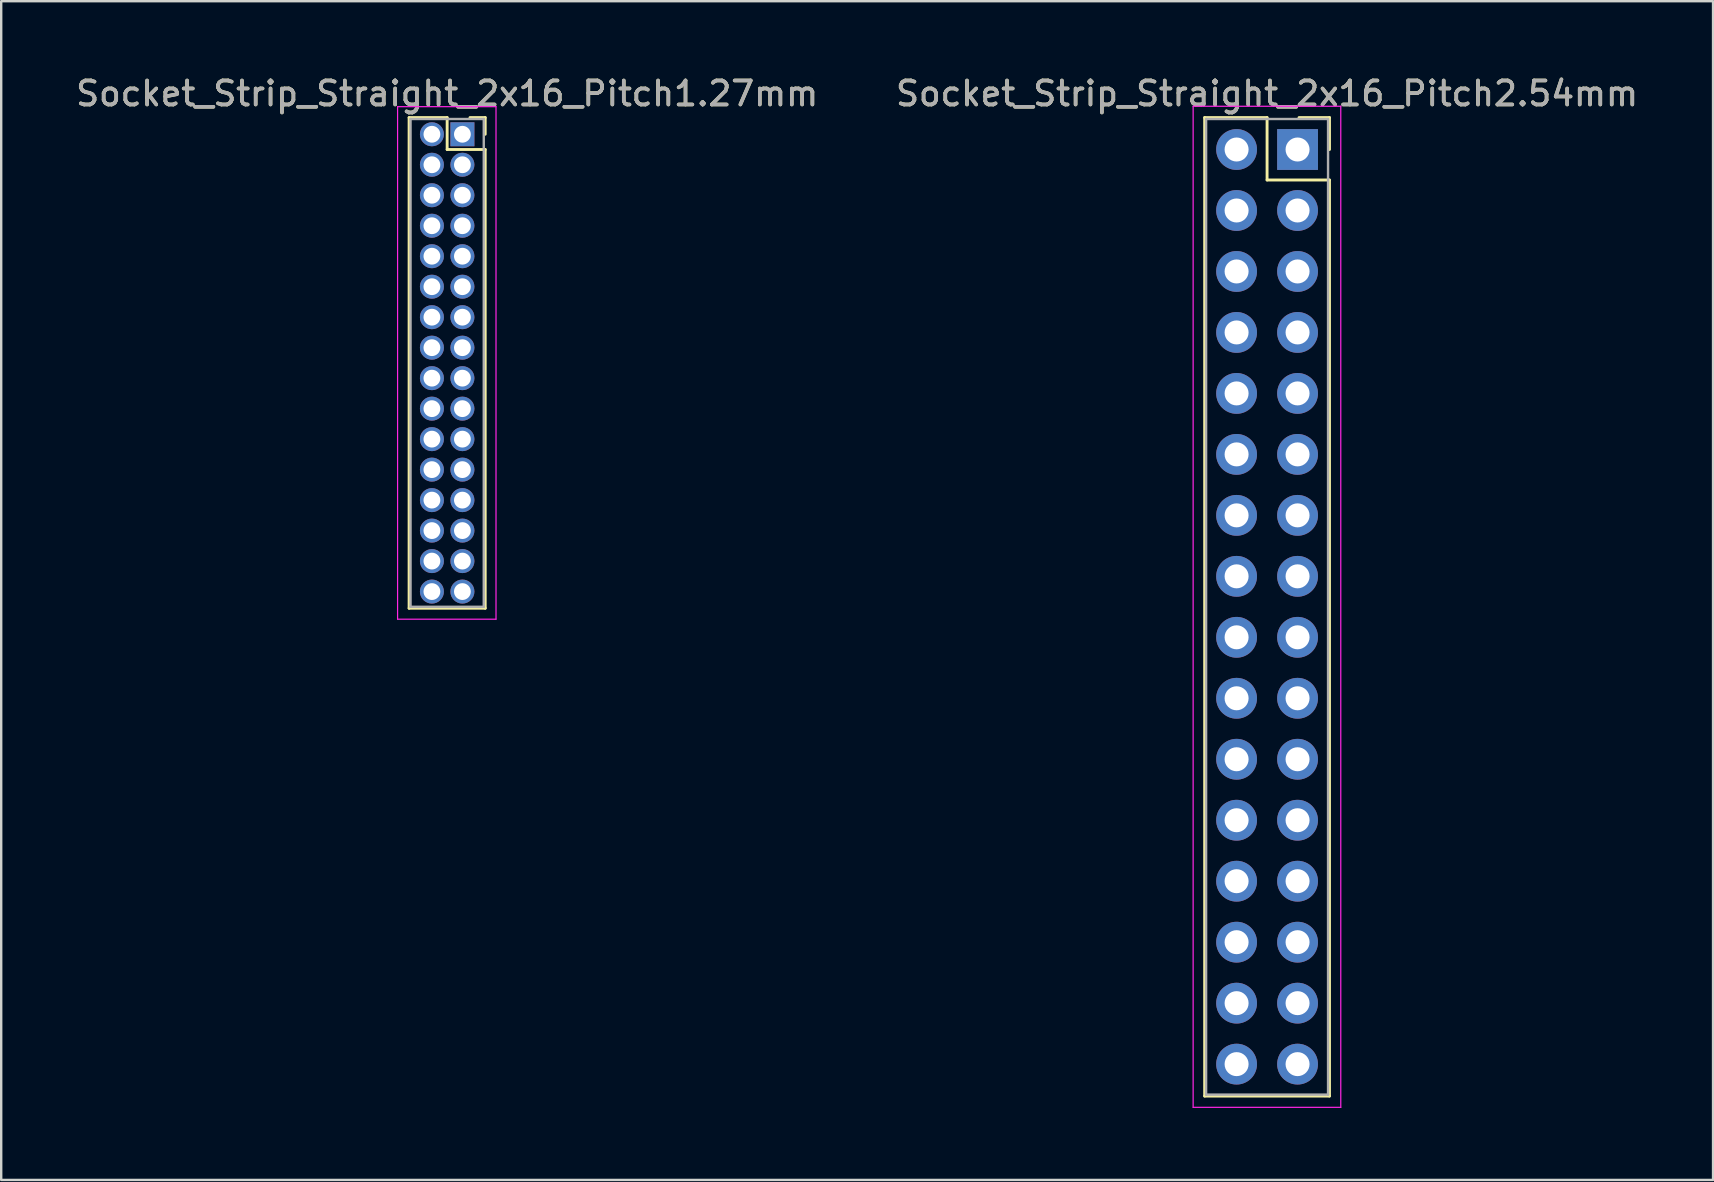
<source format=kicad_pcb>
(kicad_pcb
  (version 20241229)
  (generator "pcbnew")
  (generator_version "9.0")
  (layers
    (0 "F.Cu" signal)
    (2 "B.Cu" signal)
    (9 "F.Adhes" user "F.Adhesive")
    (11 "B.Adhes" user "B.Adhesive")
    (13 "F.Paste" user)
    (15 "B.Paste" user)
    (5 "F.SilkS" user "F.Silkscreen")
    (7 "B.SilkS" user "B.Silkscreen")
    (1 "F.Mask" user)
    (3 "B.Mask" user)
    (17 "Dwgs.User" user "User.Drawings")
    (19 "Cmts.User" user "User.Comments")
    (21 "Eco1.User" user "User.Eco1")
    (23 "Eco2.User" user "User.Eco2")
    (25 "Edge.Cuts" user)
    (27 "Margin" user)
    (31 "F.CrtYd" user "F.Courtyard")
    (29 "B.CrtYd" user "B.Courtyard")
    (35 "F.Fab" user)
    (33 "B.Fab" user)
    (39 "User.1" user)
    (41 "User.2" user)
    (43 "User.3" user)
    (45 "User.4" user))
  (footprint "Socket_Strip_Straight_2x16_Pitch1.27mm"
    (layer "F.Cu")
    (at 16.212 2.543)
    (property "Reference" "Socket_Strip_Straight_2x16_Pitch1.27mm" (at -0.635 -1.695 0) (layer "F.SilkS") (effects (font (size 1 1) (thickness 0.15))))
    (attr through_hole)
    (fp_line (start -2.22 -0.695) (end -0.635 -0.695) (stroke (width 0.12) (type solid)) (layer "F.SilkS"))
    (fp_line (start -2.22 19.745) (end -2.22 -0.695) (stroke (width 0.12) (type solid)) (layer "F.SilkS"))
    (fp_line (start -0.635 -0.695) (end -0.635 0.635) (stroke (width 0.12) (type solid)) (layer "F.SilkS"))
    (fp_line (start -0.635 0.635) (end 0.95 0.635) (stroke (width 0.12) (type solid)) (layer "F.SilkS"))
    (fp_line (start 0.95 -0.695) (end 0.315 -0.695) (stroke (width 0.12) (type solid)) (layer "F.SilkS"))
    (fp_line (start 0.95 0) (end 0.95 -0.695) (stroke (width 0.12) (type solid)) (layer "F.SilkS"))
    (fp_line (start 0.95 0.635) (end 0.95 19.745) (stroke (width 0.12) (type solid)) (layer "F.SilkS"))
    (fp_line (start 0.95 19.745) (end -2.22 19.745) (stroke (width 0.12) (type solid)) (layer "F.SilkS"))
    (fp_line (start -2.7 -1.15) (end -2.7 20.2) (stroke (width 0.05) (type solid)) (layer "F.CrtYd"))
    (fp_line (start -2.7 20.2) (end 1.4 20.2) (stroke (width 0.05) (type solid)) (layer "F.CrtYd"))
    (fp_line (start 1.4 -1.15) (end -2.7 -1.15) (stroke (width 0.05) (type solid)) (layer "F.CrtYd"))
    (fp_line (start 1.4 20.2) (end 1.4 -1.15) (stroke (width 0.05) (type solid)) (layer "F.CrtYd"))
    (fp_line (start -2.16 -0.635) (end -2.16 19.685) (stroke (width 0.1) (type solid)) (layer "F.Fab"))
    (fp_line (start -2.16 19.685) (end 0.89 19.685) (stroke (width 0.1) (type solid)) (layer "F.Fab"))
    (fp_line (start 0.89 -0.635) (end -2.16 -0.635) (stroke (width 0.1) (type solid)) (layer "F.Fab"))
    (fp_line (start 0.89 19.685) (end 0.89 -0.635) (stroke (width 0.1) (type solid)) (layer "F.Fab"))
    (fp_text user "${REFERENCE}" (at -0.635 -1.695 0) (layer "F.Fab") (effects (font (size 1 1) (thickness 0.15))))
    (pad "1" thru_hole rect (at 0 0) (size 1 1) (drill 0.7) (layers "*.Cu" "*.Mask"))
    (pad "2" thru_hole oval (at -1.27 0) (size 1 1) (drill 0.7) (layers "*.Cu" "*.Mask"))
    (pad "3" thru_hole oval (at 0 1.27) (size 1 1) (drill 0.7) (layers "*.Cu" "*.Mask"))
    (pad "4" thru_hole oval (at -1.27 1.27) (size 1 1) (drill 0.7) (layers "*.Cu" "*.Mask"))
    (pad "5" thru_hole oval (at 0 2.54) (size 1 1) (drill 0.7) (layers "*.Cu" "*.Mask"))
    (pad "6" thru_hole oval (at -1.27 2.54) (size 1 1) (drill 0.7) (layers "*.Cu" "*.Mask"))
    (pad "7" thru_hole oval (at 0 3.81) (size 1 1) (drill 0.7) (layers "*.Cu" "*.Mask"))
    (pad "8" thru_hole oval (at -1.27 3.81) (size 1 1) (drill 0.7) (layers "*.Cu" "*.Mask"))
    (pad "9" thru_hole oval (at 0 5.08) (size 1 1) (drill 0.7) (layers "*.Cu" "*.Mask"))
    (pad "10" thru_hole oval (at -1.27 5.08) (size 1 1) (drill 0.7) (layers "*.Cu" "*.Mask"))
    (pad "11" thru_hole oval (at 0 6.35) (size 1 1) (drill 0.7) (layers "*.Cu" "*.Mask"))
    (pad "12" thru_hole oval (at -1.27 6.35) (size 1 1) (drill 0.7) (layers "*.Cu" "*.Mask"))
    (pad "13" thru_hole oval (at 0 7.62) (size 1 1) (drill 0.7) (layers "*.Cu" "*.Mask"))
    (pad "14" thru_hole oval (at -1.27 7.62) (size 1 1) (drill 0.7) (layers "*.Cu" "*.Mask"))
    (pad "15" thru_hole oval (at 0 8.89) (size 1 1) (drill 0.7) (layers "*.Cu" "*.Mask"))
    (pad "16" thru_hole oval (at -1.27 8.89) (size 1 1) (drill 0.7) (layers "*.Cu" "*.Mask"))
    (pad "17" thru_hole oval (at 0 10.16) (size 1 1) (drill 0.7) (layers "*.Cu" "*.Mask"))
    (pad "18" thru_hole oval (at -1.27 10.16) (size 1 1) (drill 0.7) (layers "*.Cu" "*.Mask"))
    (pad "19" thru_hole oval (at 0 11.43) (size 1 1) (drill 0.7) (layers "*.Cu" "*.Mask"))
    (pad "20" thru_hole oval (at -1.27 11.43) (size 1 1) (drill 0.7) (layers "*.Cu" "*.Mask"))
    (pad "21" thru_hole oval (at 0 12.7) (size 1 1) (drill 0.7) (layers "*.Cu" "*.Mask"))
    (pad "22" thru_hole oval (at -1.27 12.7) (size 1 1) (drill 0.7) (layers "*.Cu" "*.Mask"))
    (pad "23" thru_hole oval (at 0 13.97) (size 1 1) (drill 0.7) (layers "*.Cu" "*.Mask"))
    (pad "24" thru_hole oval (at -1.27 13.97) (size 1 1) (drill 0.7) (layers "*.Cu" "*.Mask"))
    (pad "25" thru_hole oval (at 0 15.24) (size 1 1) (drill 0.7) (layers "*.Cu" "*.Mask"))
    (pad "26" thru_hole oval (at -1.27 15.24) (size 1 1) (drill 0.7) (layers "*.Cu" "*.Mask"))
    (pad "27" thru_hole oval (at 0 16.51) (size 1 1) (drill 0.7) (layers "*.Cu" "*.Mask"))
    (pad "28" thru_hole oval (at -1.27 16.51) (size 1 1) (drill 0.7) (layers "*.Cu" "*.Mask"))
    (pad "29" thru_hole oval (at 0 17.78) (size 1 1) (drill 0.7) (layers "*.Cu" "*.Mask"))
    (pad "30" thru_hole oval (at -1.27 17.78) (size 1 1) (drill 0.7) (layers "*.Cu" "*.Mask"))
    (pad "31" thru_hole oval (at 0 19.05) (size 1 1) (drill 0.7) (layers "*.Cu" "*.Mask"))
    (pad "32" thru_hole oval (at -1.27 19.05) (size 1 1) (drill 0.7) (layers "*.Cu" "*.Mask")))
  (footprint "Socket_Strip_Straight_2x16_Pitch2.54mm"
    (layer "F.Cu")
    (at 51.002 3.178)
    (property "Reference" "Socket_Strip_Straight_2x16_Pitch2.54mm" (at -1.27 -2.33 0) (layer "F.SilkS") (effects (font (size 1 1) (thickness 0.15))))
    (attr through_hole)
    (fp_line (start -3.87 -1.33) (end -1.27 -1.33) (stroke (width 0.12) (type solid)) (layer "F.SilkS"))
    (fp_line (start -3.87 39.43) (end -3.87 -1.33) (stroke (width 0.12) (type solid)) (layer "F.SilkS"))
    (fp_line (start -1.27 -1.33) (end -1.27 1.27) (stroke (width 0.12) (type solid)) (layer "F.SilkS"))
    (fp_line (start -1.27 1.27) (end 1.33 1.27) (stroke (width 0.12) (type solid)) (layer "F.SilkS"))
    (fp_line (start 1.33 -1.33) (end 0.06 -1.33) (stroke (width 0.12) (type solid)) (layer "F.SilkS"))
    (fp_line (start 1.33 0) (end 1.33 -1.33) (stroke (width 0.12) (type solid)) (layer "F.SilkS"))
    (fp_line (start 1.33 1.27) (end 1.33 39.43) (stroke (width 0.12) (type solid)) (layer "F.SilkS"))
    (fp_line (start 1.33 39.43) (end -3.87 39.43) (stroke (width 0.12) (type solid)) (layer "F.SilkS"))
    (fp_line (start -4.35 -1.8) (end -4.35 39.9) (stroke (width 0.05) (type solid)) (layer "F.CrtYd"))
    (fp_line (start -4.35 39.9) (end 1.8 39.9) (stroke (width 0.05) (type solid)) (layer "F.CrtYd"))
    (fp_line (start 1.8 -1.8) (end -4.35 -1.8) (stroke (width 0.05) (type solid)) (layer "F.CrtYd"))
    (fp_line (start 1.8 39.9) (end 1.8 -1.8) (stroke (width 0.05) (type solid)) (layer "F.CrtYd"))
    (fp_line (start -3.81 -1.27) (end -3.81 39.37) (stroke (width 0.1) (type solid)) (layer "F.Fab"))
    (fp_line (start -3.81 39.37) (end 1.27 39.37) (stroke (width 0.1) (type solid)) (layer "F.Fab"))
    (fp_line (start 1.27 -1.27) (end -3.81 -1.27) (stroke (width 0.1) (type solid)) (layer "F.Fab"))
    (fp_line (start 1.27 39.37) (end 1.27 -1.27) (stroke (width 0.1) (type solid)) (layer "F.Fab"))
    (fp_text user "${REFERENCE}" (at -1.27 -2.33 0) (layer "F.Fab") (effects (font (size 1 1) (thickness 0.15))))
    (pad "1" thru_hole rect (at 0 0) (size 1.7 1.7) (drill 1) (layers "*.Cu" "*.Mask"))
    (pad "2" thru_hole oval (at -2.54 0) (size 1.7 1.7) (drill 1) (layers "*.Cu" "*.Mask"))
    (pad "3" thru_hole oval (at 0 2.54) (size 1.7 1.7) (drill 1) (layers "*.Cu" "*.Mask"))
    (pad "4" thru_hole oval (at -2.54 2.54) (size 1.7 1.7) (drill 1) (layers "*.Cu" "*.Mask"))
    (pad "5" thru_hole oval (at 0 5.08) (size 1.7 1.7) (drill 1) (layers "*.Cu" "*.Mask"))
    (pad "6" thru_hole oval (at -2.54 5.08) (size 1.7 1.7) (drill 1) (layers "*.Cu" "*.Mask"))
    (pad "7" thru_hole oval (at 0 7.62) (size 1.7 1.7) (drill 1) (layers "*.Cu" "*.Mask"))
    (pad "8" thru_hole oval (at -2.54 7.62) (size 1.7 1.7) (drill 1) (layers "*.Cu" "*.Mask"))
    (pad "9" thru_hole oval (at 0 10.16) (size 1.7 1.7) (drill 1) (layers "*.Cu" "*.Mask"))
    (pad "10" thru_hole oval (at -2.54 10.16) (size 1.7 1.7) (drill 1) (layers "*.Cu" "*.Mask"))
    (pad "11" thru_hole oval (at 0 12.7) (size 1.7 1.7) (drill 1) (layers "*.Cu" "*.Mask"))
    (pad "12" thru_hole oval (at -2.54 12.7) (size 1.7 1.7) (drill 1) (layers "*.Cu" "*.Mask"))
    (pad "13" thru_hole oval (at 0 15.24) (size 1.7 1.7) (drill 1) (layers "*.Cu" "*.Mask"))
    (pad "14" thru_hole oval (at -2.54 15.24) (size 1.7 1.7) (drill 1) (layers "*.Cu" "*.Mask"))
    (pad "15" thru_hole oval (at 0 17.78) (size 1.7 1.7) (drill 1) (layers "*.Cu" "*.Mask"))
    (pad "16" thru_hole oval (at -2.54 17.78) (size 1.7 1.7) (drill 1) (layers "*.Cu" "*.Mask"))
    (pad "17" thru_hole oval (at 0 20.32) (size 1.7 1.7) (drill 1) (layers "*.Cu" "*.Mask"))
    (pad "18" thru_hole oval (at -2.54 20.32) (size 1.7 1.7) (drill 1) (layers "*.Cu" "*.Mask"))
    (pad "19" thru_hole oval (at 0 22.86) (size 1.7 1.7) (drill 1) (layers "*.Cu" "*.Mask"))
    (pad "20" thru_hole oval (at -2.54 22.86) (size 1.7 1.7) (drill 1) (layers "*.Cu" "*.Mask"))
    (pad "21" thru_hole oval (at 0 25.4) (size 1.7 1.7) (drill 1) (layers "*.Cu" "*.Mask"))
    (pad "22" thru_hole oval (at -2.54 25.4) (size 1.7 1.7) (drill 1) (layers "*.Cu" "*.Mask"))
    (pad "23" thru_hole oval (at 0 27.94) (size 1.7 1.7) (drill 1) (layers "*.Cu" "*.Mask"))
    (pad "24" thru_hole oval (at -2.54 27.94) (size 1.7 1.7) (drill 1) (layers "*.Cu" "*.Mask"))
    (pad "25" thru_hole oval (at 0 30.48) (size 1.7 1.7) (drill 1) (layers "*.Cu" "*.Mask"))
    (pad "26" thru_hole oval (at -2.54 30.48) (size 1.7 1.7) (drill 1) (layers "*.Cu" "*.Mask"))
    (pad "27" thru_hole oval (at 0 33.02) (size 1.7 1.7) (drill 1) (layers "*.Cu" "*.Mask"))
    (pad "28" thru_hole oval (at -2.54 33.02) (size 1.7 1.7) (drill 1) (layers "*.Cu" "*.Mask"))
    (pad "29" thru_hole oval (at 0 35.56) (size 1.7 1.7) (drill 1) (layers "*.Cu" "*.Mask"))
    (pad "30" thru_hole oval (at -2.54 35.56) (size 1.7 1.7) (drill 1) (layers "*.Cu" "*.Mask"))
    (pad "31" thru_hole oval (at 0 38.1) (size 1.7 1.7) (drill 1) (layers "*.Cu" "*.Mask"))
    (pad "32" thru_hole oval (at -2.54 38.1) (size 1.7 1.7) (drill 1) (layers "*.Cu" "*.Mask")))
  (gr_rect
    (start -3 -3)
    (end 68.31 46.103)
    (stroke (width 0.1) (type default))
    (fill no)
    (layer "Edge.Cuts")))
</source>
